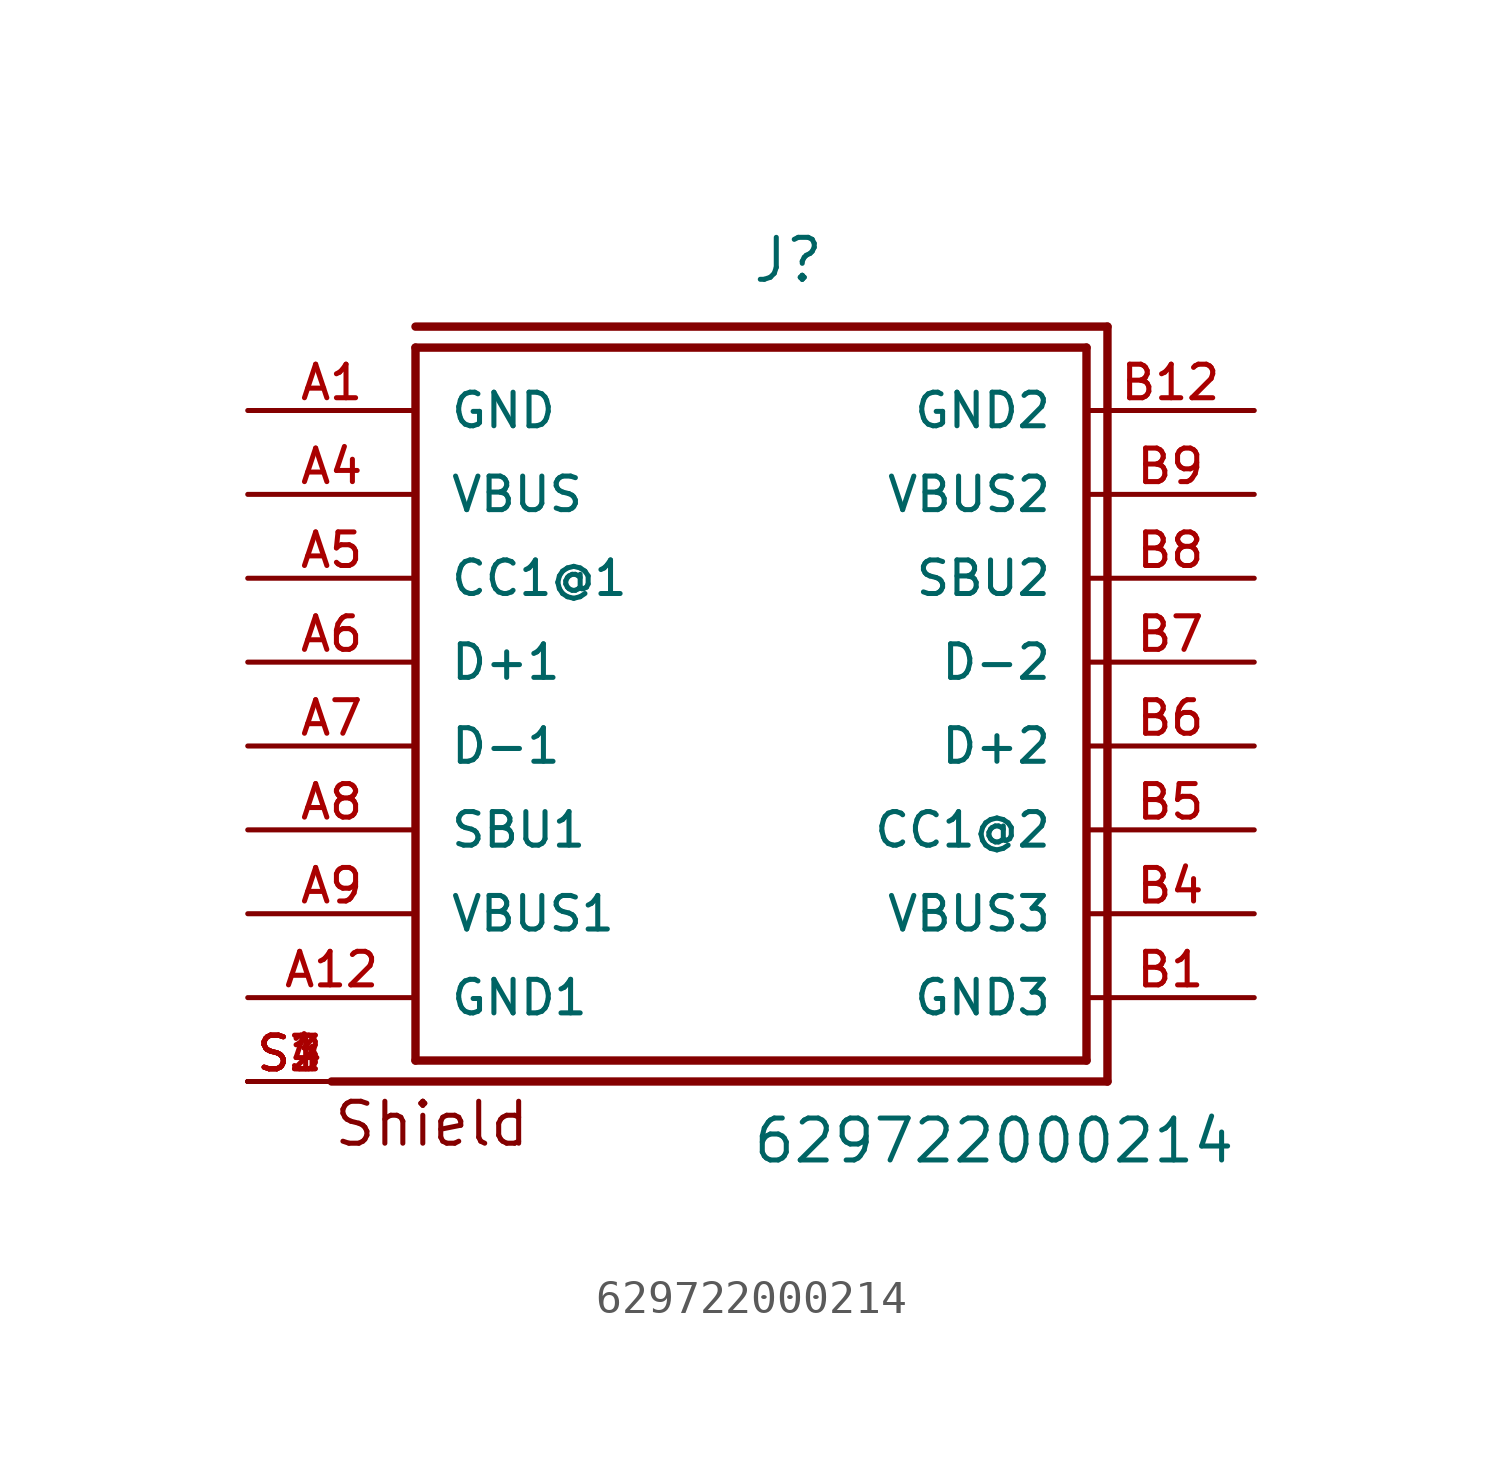
<source format=kicad_sym>
(kicad_symbol_lib
  (version 20211014)
  (generator kicad_symbol_editor)
  (symbol "629722000214"
    (pin_names
      (offset 1.016))
    (property "Reference" "J"
      (at 0 11.43 0)
      (effects (font (size 1.27 1.27)) (justify left bottom)))
    (property "Value" "629722000214"
      (at 0 -15.24 0)
      (effects (font (size 1.27 1.27)) (justify left bottom)))
    (property "ki_locked" ""
      (at 0 0 0)
      (effects (font (size 1.27 1.27))))
    (symbol "629722000214_0_0"
      (polyline (pts (xy -12.7 -12.7) (xy 10.795 -12.7)) (stroke (width 0.254) (type default) (color 0 0 0 0)) (fill (type none)))
      (polyline (pts (xy -10.16 -12.065) (xy -10.16 9.525)) (stroke (width 0.254) (type default) (color 0 0 0 0)) (fill (type none)))
      (polyline (pts (xy -10.16 9.525) (xy 10.16 9.525)) (stroke (width 0.254) (type default) (color 0 0 0 0)) (fill (type none)))
      (polyline (pts (xy -10.16 10.16) (xy 10.795 10.16)) (stroke (width 0.254) (type default) (color 0 0 0 0)) (fill (type none)))
      (polyline (pts (xy 10.16 -12.065) (xy -10.16 -12.065)) (stroke (width 0.254) (type default) (color 0 0 0 0)) (fill (type none)))
      (polyline (pts (xy 10.16 9.525) (xy 10.16 -12.065)) (stroke (width 0.254) (type default) (color 0 0 0 0)) (fill (type none)))
      (polyline (pts (xy 10.795 10.16) (xy 10.795 -12.7)) (stroke (width 0.254) (type default) (color 0 0 0 0)) (fill (type none)))
      (text "Shield" (at -12.7 -14.732 0) (effects (font (size 1.27 1.27)) (justify left bottom)))
      (pin passive line (at -15.24 7.62 0) (length 5.08) (name "GND" (effects (font (size 1.016 1.016)))) (number "A1" (effects (font (size 1.016 1.016)))))
      (pin passive line (at -15.24 -10.16 0) (length 5.08) (name "GND1" (effects (font (size 1.016 1.016)))) (number "A12" (effects (font (size 1.016 1.016)))))
      (pin passive line (at -15.24 5.08 0) (length 5.08) (name "VBUS" (effects (font (size 1.016 1.016)))) (number "A4" (effects (font (size 1.016 1.016)))))
      (pin passive line (at -15.24 2.54 0) (length 5.08) (name "CC1@1" (effects (font (size 1.016 1.016)))) (number "A5" (effects (font (size 1.016 1.016)))))
      (pin passive line (at -15.24 0 0) (length 5.08) (name "D+1" (effects (font (size 1.016 1.016)))) (number "A6" (effects (font (size 1.016 1.016)))))
      (pin passive line (at -15.24 -2.54 0) (length 5.08) (name "D-1" (effects (font (size 1.016 1.016)))) (number "A7" (effects (font (size 1.016 1.016)))))
      (pin passive line (at -15.24 -5.08 0) (length 5.08) (name "SBU1" (effects (font (size 1.016 1.016)))) (number "A8" (effects (font (size 1.016 1.016)))))
      (pin passive line (at -15.24 -7.62 0) (length 5.08) (name "VBUS1" (effects (font (size 1.016 1.016)))) (number "A9" (effects (font (size 1.016 1.016)))))
      (pin passive line (at 15.24 -10.16 180) (length 5.08) (name "GND3" (effects (font (size 1.016 1.016)))) (number "B1" (effects (font (size 1.016 1.016)))))
      (pin passive line (at 15.24 7.62 180) (length 5.08) (name "GND2" (effects (font (size 1.016 1.016)))) (number "B12" (effects (font (size 1.016 1.016)))))
      (pin passive line (at 15.24 -7.62 180) (length 5.08) (name "VBUS3" (effects (font (size 1.016 1.016)))) (number "B4" (effects (font (size 1.016 1.016)))))
      (pin passive line (at 15.24 -5.08 180) (length 5.08) (name "CC1@2" (effects (font (size 1.016 1.016)))) (number "B5" (effects (font (size 1.016 1.016)))))
      (pin passive line (at 15.24 -2.54 180) (length 5.08) (name "D+2" (effects (font (size 1.016 1.016)))) (number "B6" (effects (font (size 1.016 1.016)))))
      (pin passive line (at 15.24 0 180) (length 5.08) (name "D-2" (effects (font (size 1.016 1.016)))) (number "B7" (effects (font (size 1.016 1.016)))))
      (pin passive line (at 15.24 2.54 180) (length 5.08) (name "SBU2" (effects (font (size 1.016 1.016)))) (number "B8" (effects (font (size 1.016 1.016)))))
      (pin passive line (at 15.24 5.08 180) (length 5.08) (name "VBUS2" (effects (font (size 1.016 1.016)))) (number "B9" (effects (font (size 1.016 1.016)))))
      (pin passive line (at -15.24 -12.7 0) (length 2.54) (name "~" (effects (font (size 1.016 1.016)))) (number "S1" (effects (font (size 1.016 1.016)))))
      (pin passive line (at -15.24 -12.7 0) (length 2.54) (name "~" (effects (font (size 1.016 1.016)))) (number "S2" (effects (font (size 1.016 1.016)))))
      (pin passive line (at -15.24 -12.7 0) (length 2.54) (name "~" (effects (font (size 1.016 1.016)))) (number "S3" (effects (font (size 1.016 1.016)))))
      (pin passive line (at -15.24 -12.7 0) (length 2.54) (name "~" (effects (font (size 1.016 1.016)))) (number "S4" (effects (font (size 1.016 1.016))))))))
</source>
